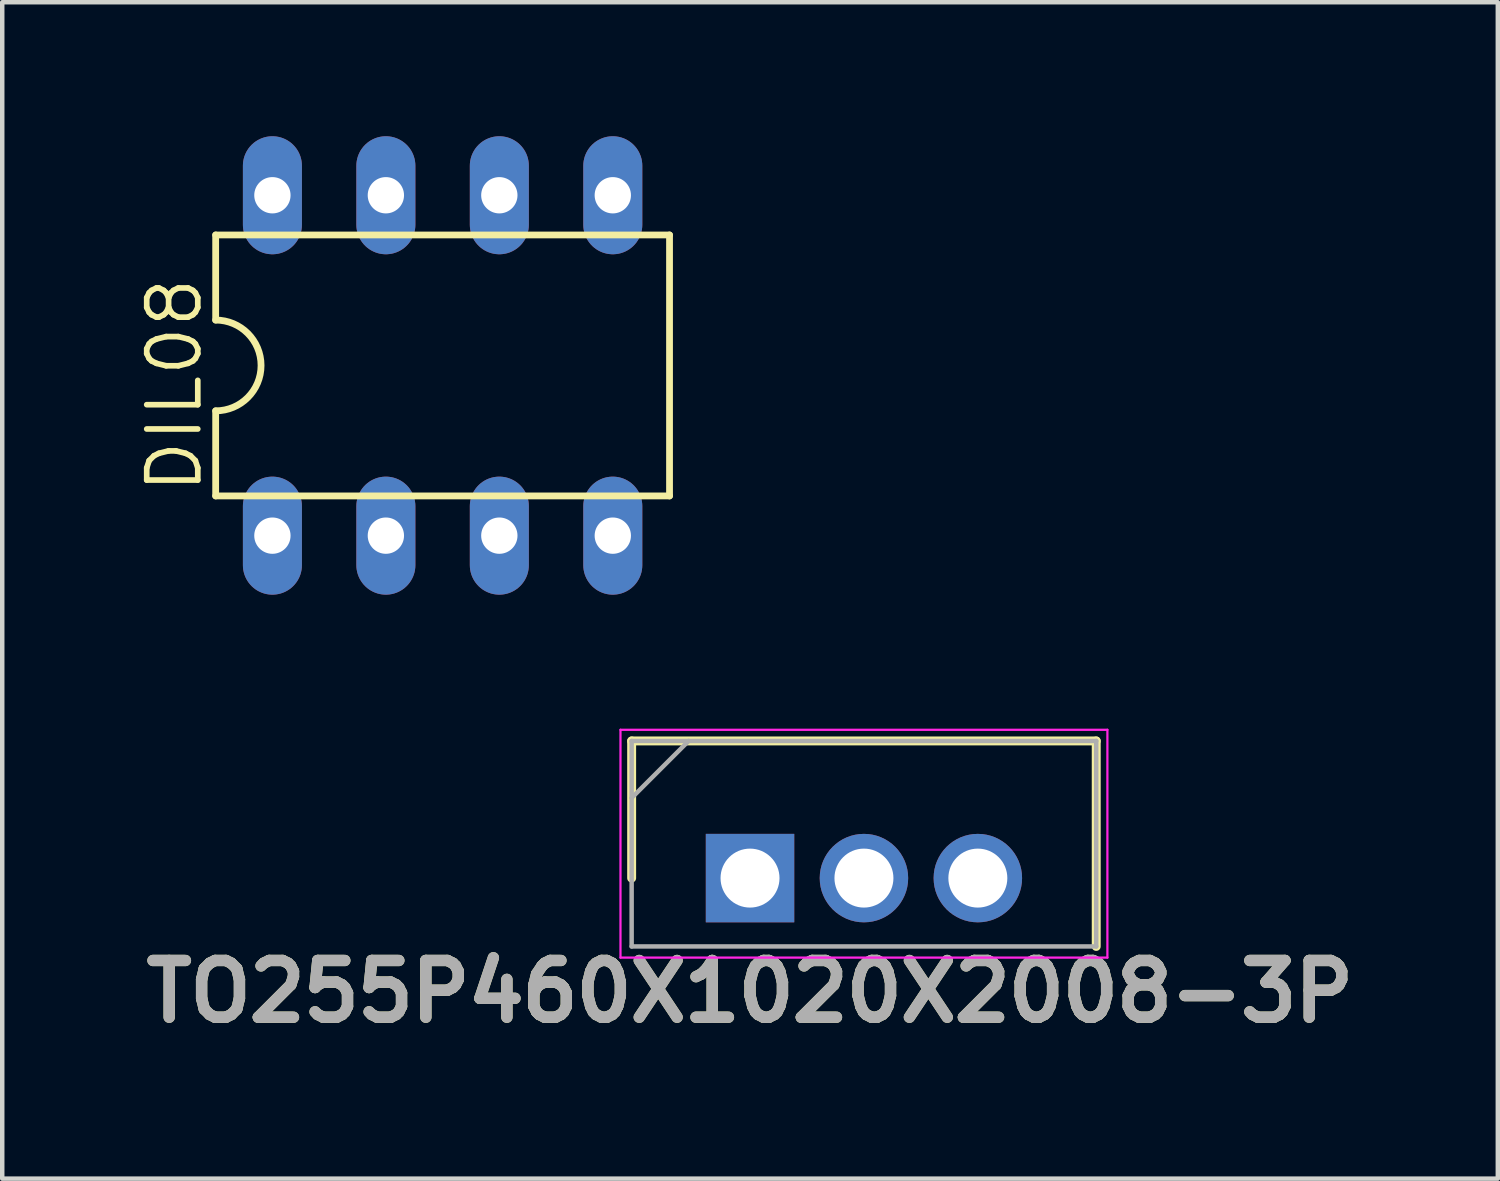
<source format=kicad_pcb>
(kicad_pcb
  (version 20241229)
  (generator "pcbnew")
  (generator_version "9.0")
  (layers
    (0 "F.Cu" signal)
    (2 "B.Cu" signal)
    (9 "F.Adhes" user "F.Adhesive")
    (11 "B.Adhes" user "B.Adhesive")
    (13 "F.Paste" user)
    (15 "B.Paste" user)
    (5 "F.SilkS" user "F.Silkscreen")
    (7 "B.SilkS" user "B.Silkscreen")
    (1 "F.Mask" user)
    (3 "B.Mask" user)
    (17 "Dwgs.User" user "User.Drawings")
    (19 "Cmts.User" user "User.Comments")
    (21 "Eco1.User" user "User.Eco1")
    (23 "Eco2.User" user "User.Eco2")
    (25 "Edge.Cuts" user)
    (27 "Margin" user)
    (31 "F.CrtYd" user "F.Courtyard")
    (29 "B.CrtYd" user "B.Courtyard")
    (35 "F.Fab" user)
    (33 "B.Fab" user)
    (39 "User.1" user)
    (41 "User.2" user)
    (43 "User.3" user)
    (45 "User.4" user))
  (footprint "TO255P460X1020X2008-3P"
    (layer "F.Cu")
    (at 13.74 16.607)
    (property "Reference" "TO255P460X1020X2008-3P" (at 0 2.54 0) (layer "F.SilkS") (effects (font (size 1.27 1.27) (thickness 0.254))))
    (attr through_hole)
    (fp_line (start -2.65 -3.07) (end -2.65 0) (stroke (width 0.2) (type solid)) (layer "F.SilkS"))
    (fp_line (start 7.75 -3.07) (end -2.65 -3.07) (stroke (width 0.2) (type solid)) (layer "F.SilkS"))
    (fp_line (start 7.75 1.53) (end 7.75 -3.07) (stroke (width 0.2) (type solid)) (layer "F.SilkS"))
    (fp_line (start -2.9 -3.32) (end 8 -3.32) (stroke (width 0.05) (type solid)) (layer "F.CrtYd"))
    (fp_line (start -2.9 1.78) (end -2.9 -3.32) (stroke (width 0.05) (type solid)) (layer "F.CrtYd"))
    (fp_line (start 8 -3.32) (end 8 1.78) (stroke (width 0.05) (type solid)) (layer "F.CrtYd"))
    (fp_line (start 8 1.78) (end -2.9 1.78) (stroke (width 0.05) (type solid)) (layer "F.CrtYd"))
    (fp_line (start -2.65 -3.07) (end 7.75 -3.07) (stroke (width 0.1) (type solid)) (layer "F.Fab"))
    (fp_line (start -2.65 -1.795) (end -1.375 -3.07) (stroke (width 0.1) (type solid)) (layer "F.Fab"))
    (fp_line (start -2.65 1.53) (end -2.65 -3.07) (stroke (width 0.1) (type solid)) (layer "F.Fab"))
    (fp_line (start 7.75 -3.07) (end 7.75 1.53) (stroke (width 0.1) (type solid)) (layer "F.Fab"))
    (fp_line (start 7.75 1.53) (end -2.65 1.53) (stroke (width 0.1) (type solid)) (layer "F.Fab"))
    (fp_text user "${REFERENCE}" (at 0 2.54 0) (layer "F.Fab") (effects (font (size 1.27 1.27) (thickness 0.254))))
    (pad "1" thru_hole rect (at 0 0) (size 1.98 1.98) (drill 1.32) (layers "*.Cu" "*.Mask"))
    (pad "2" thru_hole circle (at 2.55 0) (size 1.98 1.98) (drill 1.32) (layers "*.Cu" "*.Mask"))
    (pad "3" thru_hole circle (at 5.1 0) (size 1.98 1.98) (drill 1.32) (layers "*.Cu" "*.Mask")))
  (footprint "DIL08"
    (layer "F.Cu")
    (at 6.858 5.131)
    (property "Reference" "DIL08" (at -5.334 2.921 90) (layer "F.SilkS") (effects (font (size 1.143 1.143) (thickness 0.127)) (justify left bottom)))
    (fp_line (start -5.08 -2.921) (end -5.08 -1.016) (stroke (width 0.152) (type solid)) (layer "F.SilkS"))
    (fp_line (start -5.08 2.921) (end -5.08 1.016) (stroke (width 0.152) (type solid)) (layer "F.SilkS"))
    (fp_line (start -5.08 2.921) (end 5.08 2.921) (stroke (width 0.152) (type solid)) (layer "F.SilkS"))
    (fp_line (start 5.08 -2.921) (end -5.08 -2.921) (stroke (width 0.152) (type solid)) (layer "F.SilkS"))
    (fp_line (start 5.08 -2.921) (end 5.08 2.921) (stroke (width 0.152) (type solid)) (layer "F.SilkS"))
    (fp_arc (start -5.08 -1.016) (mid -4.064 0) (end -5.08 1.016) (stroke (width 0.1524) (type solid)) (layer "F.SilkS"))
    (pad "1" thru_hole oval (at -3.81 3.81 90) (size 2.642 1.321) (drill 0.813) (layers "*.Cu" "*.Mask"))
    (pad "2" thru_hole oval (at -1.27 3.81 90) (size 2.642 1.321) (drill 0.813) (layers "*.Cu" "*.Mask"))
    (pad "3" thru_hole oval (at 1.27 3.81 90) (size 2.642 1.321) (drill 0.813) (layers "*.Cu" "*.Mask"))
    (pad "4" thru_hole oval (at 3.81 3.81 90) (size 2.642 1.321) (drill 0.813) (layers "*.Cu" "*.Mask"))
    (pad "5" thru_hole oval (at 3.81 -3.81 90) (size 2.642 1.321) (drill 0.813) (layers "*.Cu" "*.Mask"))
    (pad "6" thru_hole oval (at 1.27 -3.81 90) (size 2.642 1.321) (drill 0.813) (layers "*.Cu" "*.Mask"))
    (pad "7" thru_hole oval (at -1.27 -3.81 90) (size 2.642 1.321) (drill 0.813) (layers "*.Cu" "*.Mask"))
    (pad "8" thru_hole oval (at -3.81 -3.81 90) (size 2.642 1.321) (drill 0.813) (layers "*.Cu" "*.Mask")))
  (gr_rect
    (start -3 -3)
    (end 30.48 23.335)
    (stroke (width 0.1) (type default))
    (fill no)
    (layer "Edge.Cuts")))
</source>
